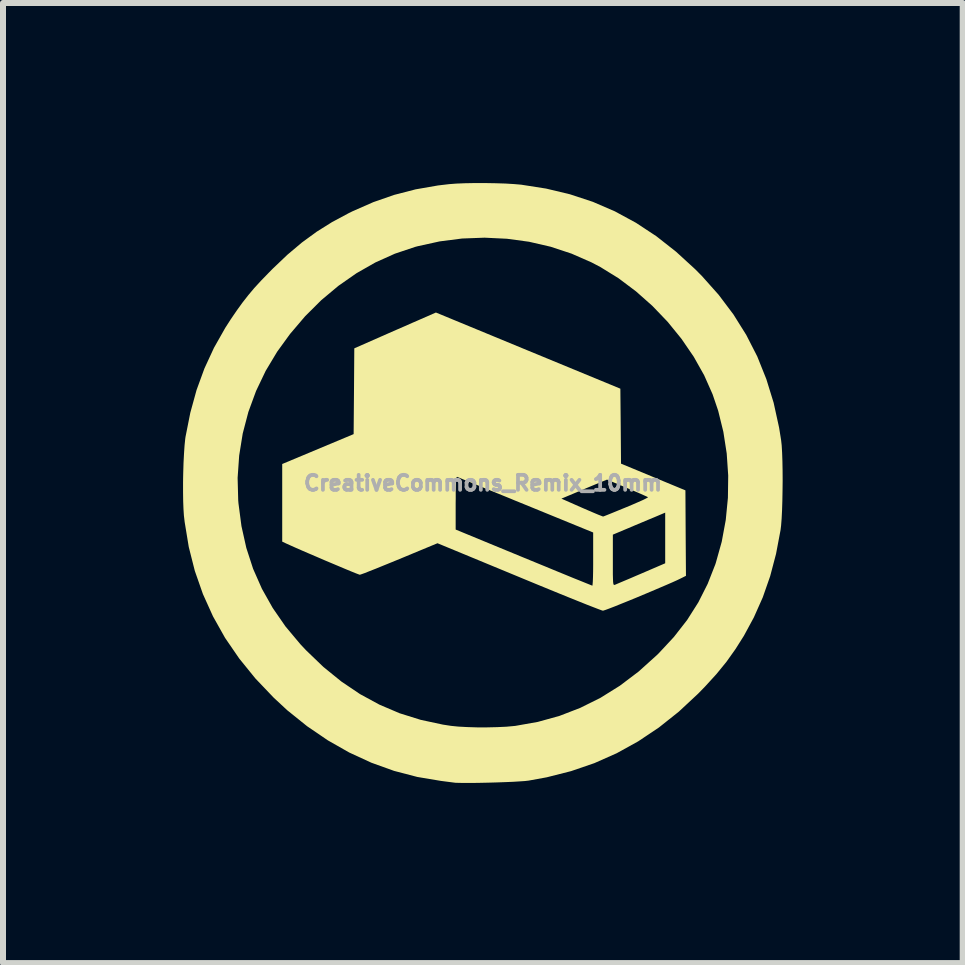
<source format=kicad_pcb>
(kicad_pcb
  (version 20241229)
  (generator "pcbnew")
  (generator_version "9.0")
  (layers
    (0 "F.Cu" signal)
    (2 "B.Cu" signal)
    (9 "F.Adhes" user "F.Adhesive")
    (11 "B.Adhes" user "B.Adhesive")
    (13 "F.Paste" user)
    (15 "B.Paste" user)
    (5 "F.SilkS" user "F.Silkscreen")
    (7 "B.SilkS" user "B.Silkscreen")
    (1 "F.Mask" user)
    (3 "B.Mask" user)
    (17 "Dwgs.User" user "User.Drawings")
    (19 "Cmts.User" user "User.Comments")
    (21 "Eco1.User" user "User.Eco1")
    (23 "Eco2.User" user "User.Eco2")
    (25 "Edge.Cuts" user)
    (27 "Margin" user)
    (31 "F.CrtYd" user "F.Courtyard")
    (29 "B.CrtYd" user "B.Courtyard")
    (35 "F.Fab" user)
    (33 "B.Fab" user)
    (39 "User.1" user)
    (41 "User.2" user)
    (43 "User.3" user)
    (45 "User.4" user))
  (footprint "CreativeCommons_Remix_10mm"
    (layer "F.Cu")
    (at 4.997 4.999)
    (property "Reference" "CreativeCommons_Remix_10mm" (at 0 0 0) (layer "F.Fab") (effects (font (size 0.25 0.25) (thickness 0.3))))
    (attr board_only exclude_from_pos_files exclude_from_bom)
    (fp_poly (pts (xy 0.753 -2.207) (xy 2.289 -1.573) (xy 2.295 -0.949) (xy 2.3 -0.324) (xy 3.373 0.121) (xy 3.377 0.833) (xy 3.382 1.545) (xy 3.296 1.588) (xy 3.238 1.616) (xy 3.156 1.653) (xy 3.055 1.697) (xy 2.94 1.746) (xy 2.816 1.799) (xy 2.685 1.854) (xy 2.554 1.909) (xy 2.427 1.961) (xy 2.308 2.009) (xy 2.202 2.052) (xy 2.114 2.086) (xy 2.047 2.111) (xy 2.007 2.124) (xy 1.998 2.126) (xy 1.975 2.119) (xy 1.921 2.099) (xy 1.838 2.067) (xy 1.73 2.025) (xy 1.598 1.972) (xy 1.446 1.911) (xy 1.276 1.842) (xy 1.091 1.766) (xy 0.893 1.685) (xy 0.685 1.599) (xy 0.598 1.563) (xy -0.758 1.002) (xy -1.391 1.265) (xy -1.535 1.324) (xy -1.668 1.378) (xy -1.788 1.427) (xy -1.89 1.467) (xy -1.97 1.499) (xy -2.026 1.519) (xy -2.051 1.527) (xy -2.052 1.527) (xy -2.073 1.52) (xy -2.123 1.501) (xy -2.197 1.471) (xy -2.291 1.432) (xy -2.4 1.386) (xy -2.519 1.336) (xy -2.645 1.283) (xy -2.772 1.228) (xy -2.896 1.175) (xy -3.012 1.125) (xy -3.117 1.079) (xy -3.204 1.04) (xy -3.271 1.01) (xy -3.286 1.003) (xy -3.345 0.975) (xy -3.345 0.774) (xy -0.455 0.774) (xy 0.677 1.241) (xy 0.869 1.32) (xy 1.052 1.395) (xy 1.221 1.465) (xy 1.375 1.528) (xy 1.511 1.584) (xy 1.626 1.63) (xy 1.717 1.667) (xy 1.782 1.693) (xy 1.817 1.707) (xy 1.823 1.709) (xy 1.826 1.691) (xy 1.83 1.643) (xy 1.833 1.568) (xy 1.835 1.471) (xy 1.836 1.357) (xy 1.836 1.284) (xy 2.164 1.284) (xy 2.164 1.418) (xy 2.164 1.521) (xy 2.166 1.595) (xy 2.168 1.646) (xy 2.172 1.677) (xy 2.178 1.693) (xy 2.187 1.697) (xy 2.197 1.695) (xy 2.198 1.695) (xy 2.223 1.684) (xy 2.277 1.661) (xy 2.355 1.628) (xy 2.45 1.588) (xy 2.559 1.541) (xy 2.634 1.509) (xy 3.036 1.336) (xy 3.036 0.914) (xy 3.036 0.492) (xy 2.85 0.571) (xy 2.76 0.608) (xy 2.651 0.654) (xy 2.534 0.703) (xy 2.424 0.75) (xy 2.414 0.754) (xy 2.164 0.859) (xy 2.164 1.284) (xy 1.836 1.284) (xy 1.836 1.266) (xy 1.836 0.823) (xy 0.714 0.364) (xy 0.522 0.286) (xy 0.458 0.259) (xy 1.307 0.259) (xy 1.649 0.41) (xy 1.753 0.455) (xy 1.844 0.494) (xy 1.92 0.526) (xy 1.974 0.547) (xy 2 0.557) (xy 2.002 0.557) (xy 2.022 0.55) (xy 2.07 0.531) (xy 2.142 0.502) (xy 2.232 0.465) (xy 2.337 0.422) (xy 2.389 0.401) (xy 2.496 0.356) (xy 2.59 0.315) (xy 2.667 0.281) (xy 2.721 0.254) (xy 2.748 0.238) (xy 2.75 0.235) (xy 2.73 0.225) (xy 2.681 0.203) (xy 2.61 0.171) (xy 2.521 0.133) (xy 2.419 0.09) (xy 2.401 0.082) (xy 2.067 -0.058) (xy 1.947 -0.009) (xy 1.886 0.016) (xy 1.802 0.051) (xy 1.704 0.092) (xy 1.601 0.135) (xy 1.567 0.15) (xy 1.307 0.259) (xy 0.458 0.259) (xy 0.34 0.211) (xy 0.17 0.142) (xy 0.016 0.079) (xy -0.12 0.023) (xy -0.235 -0.024) (xy -0.327 -0.061) (xy -0.391 -0.088) (xy -0.426 -0.102) (xy -0.432 -0.104) (xy -0.439 -0.099) (xy -0.445 -0.077) (xy -0.449 -0.033) (xy -0.452 0.035) (xy -0.454 0.131) (xy -0.454 0.259) (xy -0.455 0.33) (xy -0.455 0.774) (xy -3.345 0.774) (xy -3.345 -0.318) (xy -2.75 -0.567) (xy -2.155 -0.816) (xy -2.149 -1.531) (xy -2.144 -2.245) (xy -1.713 -2.435) (xy -1.579 -2.494) (xy -1.44 -2.555) (xy -1.304 -2.614) (xy -1.18 -2.669) (xy -1.076 -2.714) (xy -1.033 -2.733) (xy -0.784 -2.842)) (stroke (width 0) (type solid)) (fill yes) (layer "F.SilkS"))
    (fp_poly (pts (xy 0.034 -4.999) (xy 0.207 -4.996) (xy 0.372 -4.991) (xy 0.519 -4.982) (xy 0.636 -4.972) (xy 1.052 -4.907) (xy 1.449 -4.812) (xy 1.831 -4.686) (xy 2.197 -4.528) (xy 2.549 -4.337) (xy 2.889 -4.113) (xy 3.217 -3.855) (xy 3.536 -3.563) (xy 3.648 -3.45) (xy 3.927 -3.137) (xy 4.173 -2.81) (xy 4.387 -2.468) (xy 4.57 -2.11) (xy 4.721 -1.733) (xy 4.843 -1.338) (xy 4.934 -0.923) (xy 4.967 -0.718) (xy 4.977 -0.628) (xy 4.984 -0.509) (xy 4.989 -0.367) (xy 4.992 -0.208) (xy 4.993 -0.04) (xy 4.991 0.13) (xy 4.988 0.297) (xy 4.983 0.454) (xy 4.976 0.593) (xy 4.967 0.708) (xy 4.958 0.782) (xy 4.883 1.179) (xy 4.785 1.551) (xy 4.662 1.903) (xy 4.513 2.238) (xy 4.348 2.543) (xy 4.207 2.766) (xy 4.057 2.977) (xy 3.89 3.182) (xy 3.7 3.39) (xy 3.583 3.51) (xy 3.262 3.809) (xy 2.93 4.073) (xy 2.586 4.303) (xy 2.228 4.501) (xy 1.856 4.666) (xy 1.468 4.799) (xy 1.062 4.902) (xy 0.76 4.957) (xy 0.699 4.964) (xy 0.61 4.97) (xy 0.499 4.977) (xy 0.373 4.982) (xy 0.236 4.987) (xy 0.096 4.991) (xy -0.043 4.994) (xy -0.173 4.996) (xy -0.29 4.996) (xy -0.387 4.995) (xy -0.458 4.993) (xy -0.491 4.989) (xy -0.529 4.984) (xy -0.592 4.976) (xy -0.669 4.966) (xy -0.7 4.962) (xy -1.094 4.896) (xy -1.481 4.795) (xy -1.859 4.659) (xy -2.228 4.489) (xy -2.585 4.286) (xy -2.93 4.051) (xy -3.262 3.784) (xy -3.488 3.574) (xy -3.792 3.255) (xy -4.061 2.923) (xy -4.297 2.579) (xy -4.498 2.221) (xy -4.666 1.849) (xy -4.801 1.463) (xy -4.902 1.064) (xy -4.97 0.65) (xy -4.983 0.54) (xy -4.99 0.433) (xy -4.995 0.301) (xy -4.997 0.149) (xy -4.997 -0.013) (xy -4.996 -0.087) (xy -4.088 -0.087) (xy -4.078 0.288) (xy -4.074 0.336) (xy -4.024 0.717) (xy -3.943 1.08) (xy -3.83 1.428) (xy -3.683 1.761) (xy -3.503 2.081) (xy -3.29 2.389) (xy -3.042 2.685) (xy -2.947 2.786) (xy -2.658 3.064) (xy -2.358 3.307) (xy -2.048 3.516) (xy -1.724 3.692) (xy -1.388 3.835) (xy -1.036 3.945) (xy -0.668 4.024) (xy -0.531 4.045) (xy -0.411 4.057) (xy -0.263 4.065) (xy -0.1 4.07) (xy 0.07 4.07) (xy 0.237 4.066) (xy 0.39 4.059) (xy 0.52 4.047) (xy 0.54 4.045) (xy 0.913 3.979) (xy 1.274 3.879) (xy 1.621 3.745) (xy 1.957 3.578) (xy 2.281 3.376) (xy 2.593 3.14) (xy 2.894 2.869) (xy 2.928 2.836) (xy 3.181 2.564) (xy 3.401 2.282) (xy 3.588 1.987) (xy 3.744 1.678) (xy 3.872 1.352) (xy 3.88 1.327) (xy 3.978 0.977) (xy 4.045 0.615) (xy 4.081 0.246) (xy 4.086 -0.125) (xy 4.061 -0.494) (xy 4.005 -0.855) (xy 3.919 -1.205) (xy 3.826 -1.479) (xy 3.685 -1.797) (xy 3.511 -2.106) (xy 3.307 -2.404) (xy 3.077 -2.687) (xy 2.823 -2.952) (xy 2.55 -3.194) (xy 2.26 -3.412) (xy 1.956 -3.6) (xy 1.809 -3.677) (xy 1.476 -3.823) (xy 1.128 -3.938) (xy 0.768 -4.021) (xy 0.4 -4.071) (xy 0.027 -4.089) (xy -0.348 -4.075) (xy -0.722 -4.027) (xy -1.09 -3.946) (xy -1.135 -3.934) (xy -1.468 -3.822) (xy -1.793 -3.676) (xy -2.107 -3.497) (xy -2.408 -3.287) (xy -2.695 -3.047) (xy -2.964 -2.779) (xy -3.215 -2.484) (xy -3.429 -2.189) (xy -3.621 -1.869) (xy -3.781 -1.534) (xy -3.909 -1.185) (xy -4.003 -0.826) (xy -4.062 -0.459) (xy -4.088 -0.087) (xy -4.996 -0.087) (xy -4.994 -0.179) (xy -4.989 -0.342) (xy -4.981 -0.494) (xy -4.972 -0.627) (xy -4.961 -0.735) (xy -4.956 -0.771) (xy -4.876 -1.173) (xy -4.772 -1.551) (xy -4.641 -1.91) (xy -4.482 -2.254) (xy -4.293 -2.588) (xy -4.201 -2.731) (xy -4.099 -2.88) (xy -4.005 -3.01) (xy -3.911 -3.13) (xy -3.812 -3.248) (xy -3.7 -3.37) (xy -3.57 -3.504) (xy -3.501 -3.574) (xy -3.257 -3.806) (xy -3.016 -4.009) (xy -2.771 -4.188) (xy -2.514 -4.349) (xy -2.238 -4.497) (xy -2.173 -4.529) (xy -1.827 -4.681) (xy -1.479 -4.802) (xy -1.123 -4.894) (xy -0.75 -4.959) (xy -0.564 -4.981) (xy -0.446 -4.99) (xy -0.301 -4.996) (xy -0.138 -4.999)) (stroke (width 0) (type solid)) (fill yes) (layer "F.SilkS")))
  (gr_rect
    (start -3 -3)
    (end 12.99 12.996)
    (stroke (width 0.1) (type default))
    (fill no)
    (layer "Edge.Cuts")))
</source>
